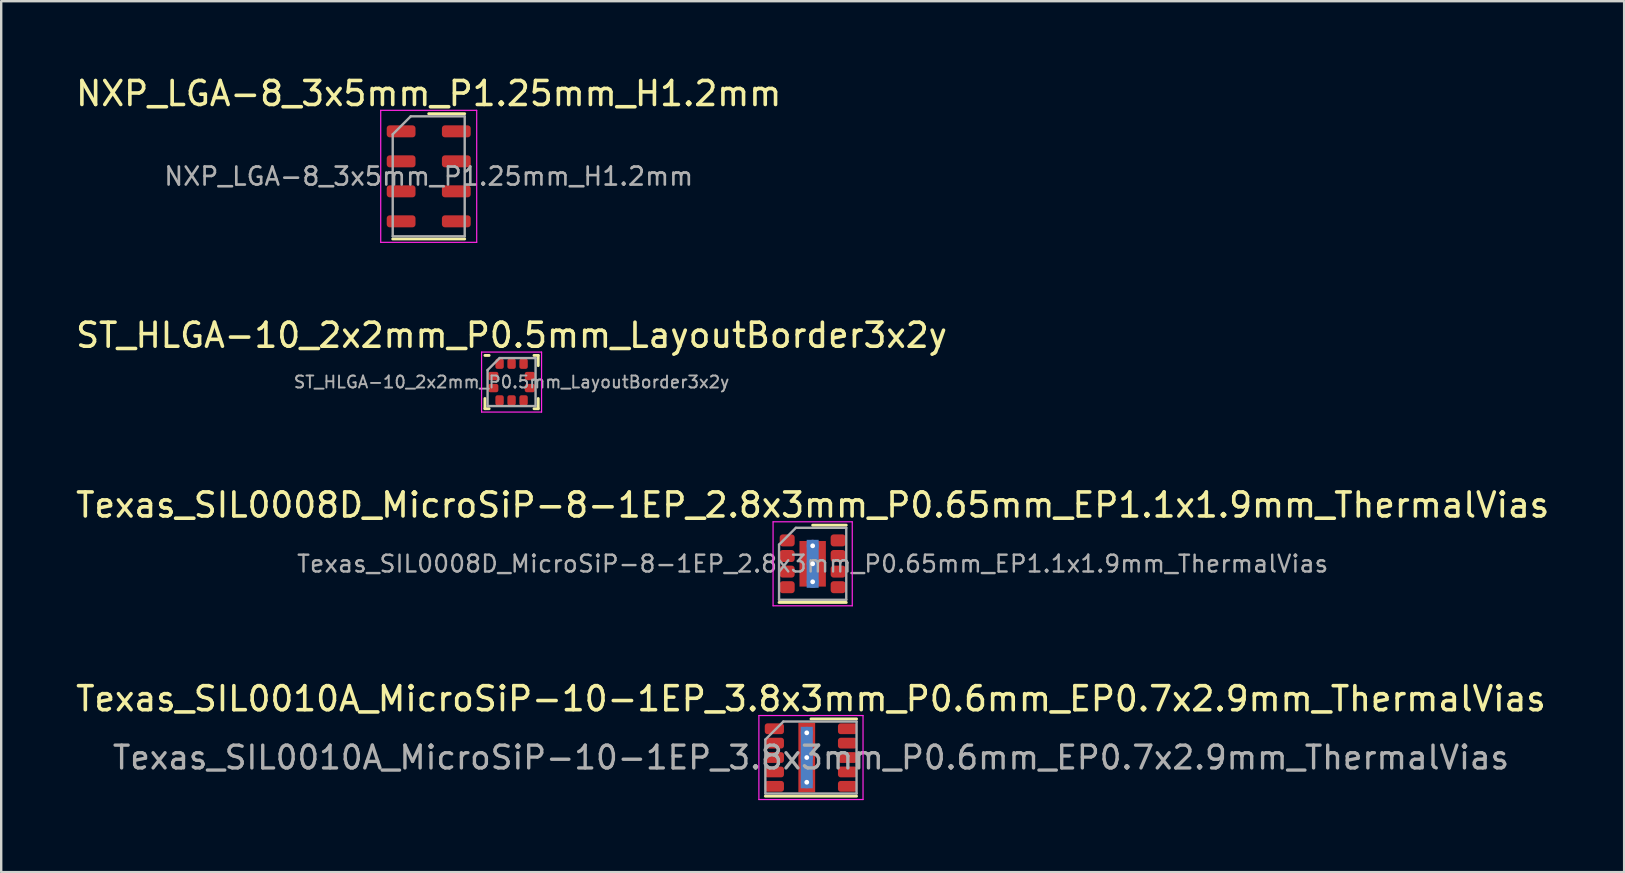
<source format=kicad_pcb>
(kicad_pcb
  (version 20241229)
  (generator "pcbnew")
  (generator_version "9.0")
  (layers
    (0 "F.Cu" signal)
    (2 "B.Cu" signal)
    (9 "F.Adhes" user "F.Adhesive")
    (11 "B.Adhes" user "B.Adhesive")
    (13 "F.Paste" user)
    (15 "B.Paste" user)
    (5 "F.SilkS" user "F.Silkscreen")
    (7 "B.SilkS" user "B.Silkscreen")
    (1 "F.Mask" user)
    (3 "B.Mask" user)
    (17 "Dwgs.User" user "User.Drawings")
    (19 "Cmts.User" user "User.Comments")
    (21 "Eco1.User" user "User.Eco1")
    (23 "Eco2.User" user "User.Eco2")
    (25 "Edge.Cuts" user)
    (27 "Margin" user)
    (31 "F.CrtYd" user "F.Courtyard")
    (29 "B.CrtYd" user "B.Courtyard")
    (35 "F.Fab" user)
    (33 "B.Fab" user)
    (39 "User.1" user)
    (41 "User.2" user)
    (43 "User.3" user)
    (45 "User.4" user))
  (footprint "Texas_SIL0010A_MicroSiP-10-1EP_3.8x3mm_P0.6mm_EP0.7x2.9mm_ThermalVias"
    (layer "F.Cu")
    (at 30.744 28.518)
    (property "Reference" "Texas_SIL0010A_MicroSiP-10-1EP_3.8x3mm_P0.6mm_EP0.7x2.9mm_ThermalVias" (at 0 -2.45 0) (layer "F.SilkS") (effects (font (size 1 1) (thickness 0.15))))
    (attr smd)
    (fp_line (start -1.9 1.61) (end 1.9 1.61) (stroke (width 0.12) (type solid)) (layer "F.SilkS"))
    (fp_line (start 0 -1.61) (end 1.9 -1.61) (stroke (width 0.12) (type solid)) (layer "F.SilkS"))
    (fp_line (start -2.17 -1.75) (end -2.17 1.75) (stroke (width 0.05) (type solid)) (layer "F.CrtYd"))
    (fp_line (start -2.17 1.75) (end 2.17 1.75) (stroke (width 0.05) (type solid)) (layer "F.CrtYd"))
    (fp_line (start 2.17 -1.75) (end -2.17 -1.75) (stroke (width 0.05) (type solid)) (layer "F.CrtYd"))
    (fp_line (start 2.17 1.75) (end 2.17 -1.75) (stroke (width 0.05) (type solid)) (layer "F.CrtYd"))
    (fp_line (start -1.9 -0.75) (end -1.15 -1.5) (stroke (width 0.1) (type solid)) (layer "F.Fab"))
    (fp_line (start -1.9 1.5) (end -1.9 -0.75) (stroke (width 0.1) (type solid)) (layer "F.Fab"))
    (fp_line (start -1.15 -1.5) (end 1.9 -1.5) (stroke (width 0.1) (type solid)) (layer "F.Fab"))
    (fp_line (start 1.9 -1.5) (end 1.9 1.5) (stroke (width 0.1) (type solid)) (layer "F.Fab"))
    (fp_line (start 1.9 1.5) (end -1.9 1.5) (stroke (width 0.1) (type solid)) (layer "F.Fab"))
    (fp_text user "${REFERENCE}" (at 0 0 0) (layer "F.Fab") (effects (font (size 0.95 0.95) (thickness 0.14))))
    (pad "" smd roundrect (at -0.175 -0.97) (size 0.65 0.9) (layers "F.Paste") (roundrect_rratio 0.25))
    (pad "" smd roundrect (at -0.175 0) (size 0.65 0.9) (layers "F.Paste") (roundrect_rratio 0.25))
    (pad "" smd roundrect (at -0.175 0.97) (size 0.65 0.9) (layers "F.Paste") (roundrect_rratio 0.25))
    (pad "1" smd roundrect (at -1.525 -1.2) (size 0.8 0.45) (layers "F.Cu" "F.Mask" "F.Paste") (roundrect_rratio 0.25))
    (pad "2" smd roundrect (at -1.525 -0.6) (size 0.8 0.45) (layers "F.Cu" "F.Mask" "F.Paste") (roundrect_rratio 0.25))
    (pad "3" smd roundrect (at -1.525 0) (size 0.8 0.45) (layers "F.Cu" "F.Mask" "F.Paste") (roundrect_rratio 0.25))
    (pad "4" smd roundrect (at -1.525 0.6) (size 0.8 0.45) (layers "F.Cu" "F.Mask" "F.Paste") (roundrect_rratio 0.25))
    (pad "5" smd roundrect (at -1.525 1.2) (size 0.8 0.45) (layers "F.Cu" "F.Mask" "F.Paste") (roundrect_rratio 0.25))
    (pad "6" smd roundrect (at 1.525 1.2) (size 0.8 0.45) (layers "F.Cu" "F.Mask" "F.Paste") (roundrect_rratio 0.25))
    (pad "7" smd roundrect (at 1.525 0.6) (size 0.8 0.45) (layers "F.Cu" "F.Mask" "F.Paste") (roundrect_rratio 0.25))
    (pad "8" smd roundrect (at 1.525 0) (size 0.8 0.45) (layers "F.Cu" "F.Mask" "F.Paste") (roundrect_rratio 0.25))
    (pad "9" smd roundrect (at 1.525 -0.6) (size 0.8 0.45) (layers "F.Cu" "F.Mask" "F.Paste") (roundrect_rratio 0.25))
    (pad "10" smd roundrect (at 1.525 -1.2) (size 0.8 0.45) (layers "F.Cu" "F.Mask" "F.Paste") (roundrect_rratio 0.25))
    (pad "11" thru_hole circle (at -0.175 -1.03) (size 0.5 0.5) (drill 0.2) (layers "*.Cu"))
    (pad "11" thru_hole circle (at -0.175 0) (size 0.5 0.5) (drill 0.2) (layers "*.Cu"))
    (pad "11" smd rect (at -0.175 0) (size 0.5 2.56) (layers "B.Cu"))
    (pad "11" smd rect (at -0.175 0) (size 0.7 2.9) (layers "F.Cu" "F.Mask"))
    (pad "11" thru_hole circle (at -0.175 1.03) (size 0.5 0.5) (drill 0.2) (layers "*.Cu")))
  (footprint "ST_HLGA-10_2x2mm_P0.5mm_LayoutBorder3x2y"
    (layer "F.Cu")
    (at 18.268 12.871)
    (property "Reference" "ST_HLGA-10_2x2mm_P0.5mm_LayoutBorder3x2y" (at 0 -1.95 0) (layer "F.SilkS") (effects (font (size 1 1) (thickness 0.15))))
    (attr smd)
    (fp_line (start -1.11 1.11) (end -1.11 0.685) (stroke (width 0.12) (type solid)) (layer "F.SilkS"))
    (fp_line (start -0.935 -1.11) (end -1.11 -1.11) (stroke (width 0.12) (type solid)) (layer "F.SilkS"))
    (fp_line (start -0.935 1.11) (end -1.11 1.11) (stroke (width 0.12) (type solid)) (layer "F.SilkS"))
    (fp_line (start 0.935 -1.11) (end 1.11 -1.11) (stroke (width 0.12) (type solid)) (layer "F.SilkS"))
    (fp_line (start 0.935 1.11) (end 1.11 1.11) (stroke (width 0.12) (type solid)) (layer "F.SilkS"))
    (fp_line (start 1.11 -1.11) (end 1.11 -0.685) (stroke (width 0.12) (type solid)) (layer "F.SilkS"))
    (fp_line (start 1.11 1.11) (end 1.11 0.685) (stroke (width 0.12) (type solid)) (layer "F.SilkS"))
    (fp_line (start -1.25 -1.25) (end -1.25 1.25) (stroke (width 0.05) (type solid)) (layer "F.CrtYd"))
    (fp_line (start -1.25 1.25) (end 1.25 1.25) (stroke (width 0.05) (type solid)) (layer "F.CrtYd"))
    (fp_line (start 1.25 -1.25) (end -1.25 -1.25) (stroke (width 0.05) (type solid)) (layer "F.CrtYd"))
    (fp_line (start 1.25 1.25) (end 1.25 -1.25) (stroke (width 0.05) (type solid)) (layer "F.CrtYd"))
    (fp_line (start -1 -0.5) (end -0.5 -1) (stroke (width 0.1) (type solid)) (layer "F.Fab"))
    (fp_line (start -1 1) (end -1 -0.5) (stroke (width 0.1) (type solid)) (layer "F.Fab"))
    (fp_line (start -0.5 -1) (end 1 -1) (stroke (width 0.1) (type solid)) (layer "F.Fab"))
    (fp_line (start 1 -1) (end 1 1) (stroke (width 0.1) (type solid)) (layer "F.Fab"))
    (fp_line (start 1 1) (end -1 1) (stroke (width 0.1) (type solid)) (layer "F.Fab"))
    (fp_text user "${REFERENCE}" (at 0 0 0) (layer "F.Fab") (effects (font (size 0.5 0.5) (thickness 0.08))))
    (pad "1" smd roundrect (at -0.762 -0.25) (size 0.425 0.35) (layers "F.Cu" "F.Mask" "F.Paste") (roundrect_rratio 0.25))
    (pad "2" smd roundrect (at -0.762 0.25) (size 0.425 0.35) (layers "F.Cu" "F.Mask" "F.Paste") (roundrect_rratio 0.25))
    (pad "3" smd roundrect (at -0.5 0.762) (size 0.35 0.425) (layers "F.Cu" "F.Mask" "F.Paste") (roundrect_rratio 0.25))
    (pad "4" smd roundrect (at 0 0.762) (size 0.35 0.425) (layers "F.Cu" "F.Mask" "F.Paste") (roundrect_rratio 0.25))
    (pad "5" smd roundrect (at 0.5 0.762) (size 0.35 0.425) (layers "F.Cu" "F.Mask" "F.Paste") (roundrect_rratio 0.25))
    (pad "6" smd roundrect (at 0.762 0.25) (size 0.425 0.35) (layers "F.Cu" "F.Mask" "F.Paste") (roundrect_rratio 0.25))
    (pad "7" smd roundrect (at 0.762 -0.25) (size 0.425 0.35) (layers "F.Cu" "F.Mask" "F.Paste") (roundrect_rratio 0.25))
    (pad "8" smd roundrect (at 0.5 -0.762) (size 0.35 0.425) (layers "F.Cu" "F.Mask" "F.Paste") (roundrect_rratio 0.25))
    (pad "9" smd roundrect (at 0 -0.762) (size 0.35 0.425) (layers "F.Cu" "F.Mask" "F.Paste") (roundrect_rratio 0.25))
    (pad "10" smd roundrect (at -0.5 -0.762) (size 0.35 0.425) (layers "F.Cu" "F.Mask" "F.Paste") (roundrect_rratio 0.25)))
  (footprint "NXP_LGA-8_3x5mm_P1.25mm_H1.2mm"
    (layer "F.Cu")
    (at 14.815 4.298)
    (property "Reference" "NXP_LGA-8_3x5mm_P1.25mm_H1.2mm" (at 0 -3.45 0) (layer "F.SilkS") (effects (font (size 1 1) (thickness 0.15))))
    (attr smd)
    (fp_line (start -1.5 2.61) (end 1.5 2.61) (stroke (width 0.12) (type solid)) (layer "F.SilkS"))
    (fp_line (start 0 -2.61) (end 1.5 -2.61) (stroke (width 0.12) (type solid)) (layer "F.SilkS"))
    (fp_line (start -2 -2.75) (end -2 2.75) (stroke (width 0.05) (type solid)) (layer "F.CrtYd"))
    (fp_line (start -2 2.75) (end 2 2.75) (stroke (width 0.05) (type solid)) (layer "F.CrtYd"))
    (fp_line (start 2 -2.75) (end -2 -2.75) (stroke (width 0.05) (type solid)) (layer "F.CrtYd"))
    (fp_line (start 2 2.75) (end 2 -2.75) (stroke (width 0.05) (type solid)) (layer "F.CrtYd"))
    (fp_line (start -1.5 -1.75) (end -0.75 -2.5) (stroke (width 0.1) (type solid)) (layer "F.Fab"))
    (fp_line (start -1.5 2.5) (end -1.5 -1.75) (stroke (width 0.1) (type solid)) (layer "F.Fab"))
    (fp_line (start -0.75 -2.5) (end 1.5 -2.5) (stroke (width 0.1) (type solid)) (layer "F.Fab"))
    (fp_line (start 1.5 -2.5) (end 1.5 2.5) (stroke (width 0.1) (type solid)) (layer "F.Fab"))
    (fp_line (start 1.5 2.5) (end -1.5 2.5) (stroke (width 0.1) (type solid)) (layer "F.Fab"))
    (fp_text user "${REFERENCE}" (at 0 0 0) (layer "F.Fab") (effects (font (size 0.75 0.75) (thickness 0.11))))
    (pad "1" smd roundrect (at -1.15 -1.875) (size 1.2 0.5) (layers "F.Cu" "F.Mask" "F.Paste") (roundrect_rratio 0.25))
    (pad "2" smd roundrect (at -1.15 -0.625) (size 1.2 0.5) (layers "F.Cu" "F.Mask" "F.Paste") (roundrect_rratio 0.25))
    (pad "3" smd roundrect (at -1.15 0.625) (size 1.2 0.5) (layers "F.Cu" "F.Mask" "F.Paste") (roundrect_rratio 0.25))
    (pad "4" smd roundrect (at -1.15 1.875) (size 1.2 0.5) (layers "F.Cu" "F.Mask" "F.Paste") (roundrect_rratio 0.25))
    (pad "5" smd roundrect (at 1.15 1.875) (size 1.2 0.5) (layers "F.Cu" "F.Mask" "F.Paste") (roundrect_rratio 0.25))
    (pad "6" smd roundrect (at 1.15 0.625) (size 1.2 0.5) (layers "F.Cu" "F.Mask" "F.Paste") (roundrect_rratio 0.25))
    (pad "7" smd roundrect (at 1.15 -0.625) (size 1.2 0.5) (layers "F.Cu" "F.Mask" "F.Paste") (roundrect_rratio 0.25))
    (pad "8" smd roundrect (at 1.15 -1.875) (size 1.2 0.5) (layers "F.Cu" "F.Mask" "F.Paste") (roundrect_rratio 0.25)))
  (footprint "Texas_SIL0008D_MicroSiP-8-1EP_2.8x3mm_P0.65mm_EP1.1x1.9mm_ThermalVias"
    (layer "F.Cu")
    (at 30.815 20.445)
    (property "Reference" "Texas_SIL0008D_MicroSiP-8-1EP_2.8x3mm_P0.65mm_EP1.1x1.9mm_ThermalVias" (at 0 -2.45 0) (layer "F.SilkS") (effects (font (size 1 1) (thickness 0.15))))
    (attr smd)
    (fp_line (start -1.4 1.61) (end 1.4 1.61) (stroke (width 0.12) (type solid)) (layer "F.SilkS"))
    (fp_line (start 0 -1.61) (end 1.4 -1.61) (stroke (width 0.12) (type solid)) (layer "F.SilkS"))
    (fp_line (start -1.65 -1.75) (end -1.65 1.75) (stroke (width 0.05) (type solid)) (layer "F.CrtYd"))
    (fp_line (start -1.65 1.75) (end 1.65 1.75) (stroke (width 0.05) (type solid)) (layer "F.CrtYd"))
    (fp_line (start 1.65 -1.75) (end -1.65 -1.75) (stroke (width 0.05) (type solid)) (layer "F.CrtYd"))
    (fp_line (start 1.65 1.75) (end 1.65 -1.75) (stroke (width 0.05) (type solid)) (layer "F.CrtYd"))
    (fp_line (start -1.4 -0.8) (end -0.7 -1.5) (stroke (width 0.1) (type solid)) (layer "F.Fab"))
    (fp_line (start -1.4 1.5) (end -1.4 -0.8) (stroke (width 0.1) (type solid)) (layer "F.Fab"))
    (fp_line (start -0.7 -1.5) (end 1.4 -1.5) (stroke (width 0.1) (type solid)) (layer "F.Fab"))
    (fp_line (start 1.4 -1.5) (end 1.4 1.5) (stroke (width 0.1) (type solid)) (layer "F.Fab"))
    (fp_line (start 1.4 1.5) (end -1.4 1.5) (stroke (width 0.1) (type solid)) (layer "F.Fab"))
    (fp_text user "${REFERENCE}" (at 0 0 0) (layer "F.Fab") (effects (font (size 0.7 0.7) (thickness 0.1))))
    (pad "" smd roundrect (at 0 -0.63) (size 0.95 0.55) (layers "F.Paste") (roundrect_rratio 0.25))
    (pad "" smd roundrect (at 0 0) (size 0.95 0.55) (layers "F.Paste") (roundrect_rratio 0.25))
    (pad "" smd roundrect (at 0 0.63) (size 0.95 0.55) (layers "F.Paste") (roundrect_rratio 0.25))
    (pad "1" smd roundrect (at -1.062 -0.975) (size 0.625 0.5) (layers "F.Cu" "F.Mask" "F.Paste") (roundrect_rratio 0.25))
    (pad "2" smd roundrect (at -1.062 -0.325) (size 0.625 0.5) (layers "F.Cu" "F.Mask" "F.Paste") (roundrect_rratio 0.25))
    (pad "3" smd roundrect (at -1.062 0.325) (size 0.625 0.5) (layers "F.Cu" "F.Mask" "F.Paste") (roundrect_rratio 0.25))
    (pad "4" smd roundrect (at -1.062 0.975) (size 0.625 0.5) (layers "F.Cu" "F.Mask" "F.Paste") (roundrect_rratio 0.25))
    (pad "5" smd roundrect (at 1.062 0.975) (size 0.625 0.5) (layers "F.Cu" "F.Mask" "F.Paste") (roundrect_rratio 0.25))
    (pad "6" smd roundrect (at 1.062 0.325) (size 0.625 0.5) (layers "F.Cu" "F.Mask" "F.Paste") (roundrect_rratio 0.25))
    (pad "7" smd roundrect (at 1.062 -0.325) (size 0.625 0.5) (layers "F.Cu" "F.Mask" "F.Paste") (roundrect_rratio 0.25))
    (pad "8" smd roundrect (at 1.062 -0.975) (size 0.625 0.5) (layers "F.Cu" "F.Mask" "F.Paste") (roundrect_rratio 0.25))
    (pad "9" thru_hole circle (at 0 -0.75) (size 0.5 0.5) (drill 0.2) (layers "*.Cu"))
    (pad "9" thru_hole circle (at 0 0) (size 0.5 0.5) (drill 0.2) (layers "*.Cu"))
    (pad "9" smd rect (at 0 0) (size 0.5 2) (layers "B.Cu"))
    (pad "9" smd rect (at 0 0) (size 1.1 1.9) (layers "F.Cu" "F.Mask"))
    (pad "9" thru_hole circle (at 0 0.75) (size 0.5 0.5) (drill 0.2) (layers "*.Cu")))
  (gr_rect
    (start -3 -3)
    (end 64.631 33.293)
    (stroke (width 0.1) (type default))
    (fill no)
    (layer "Edge.Cuts")))
</source>
